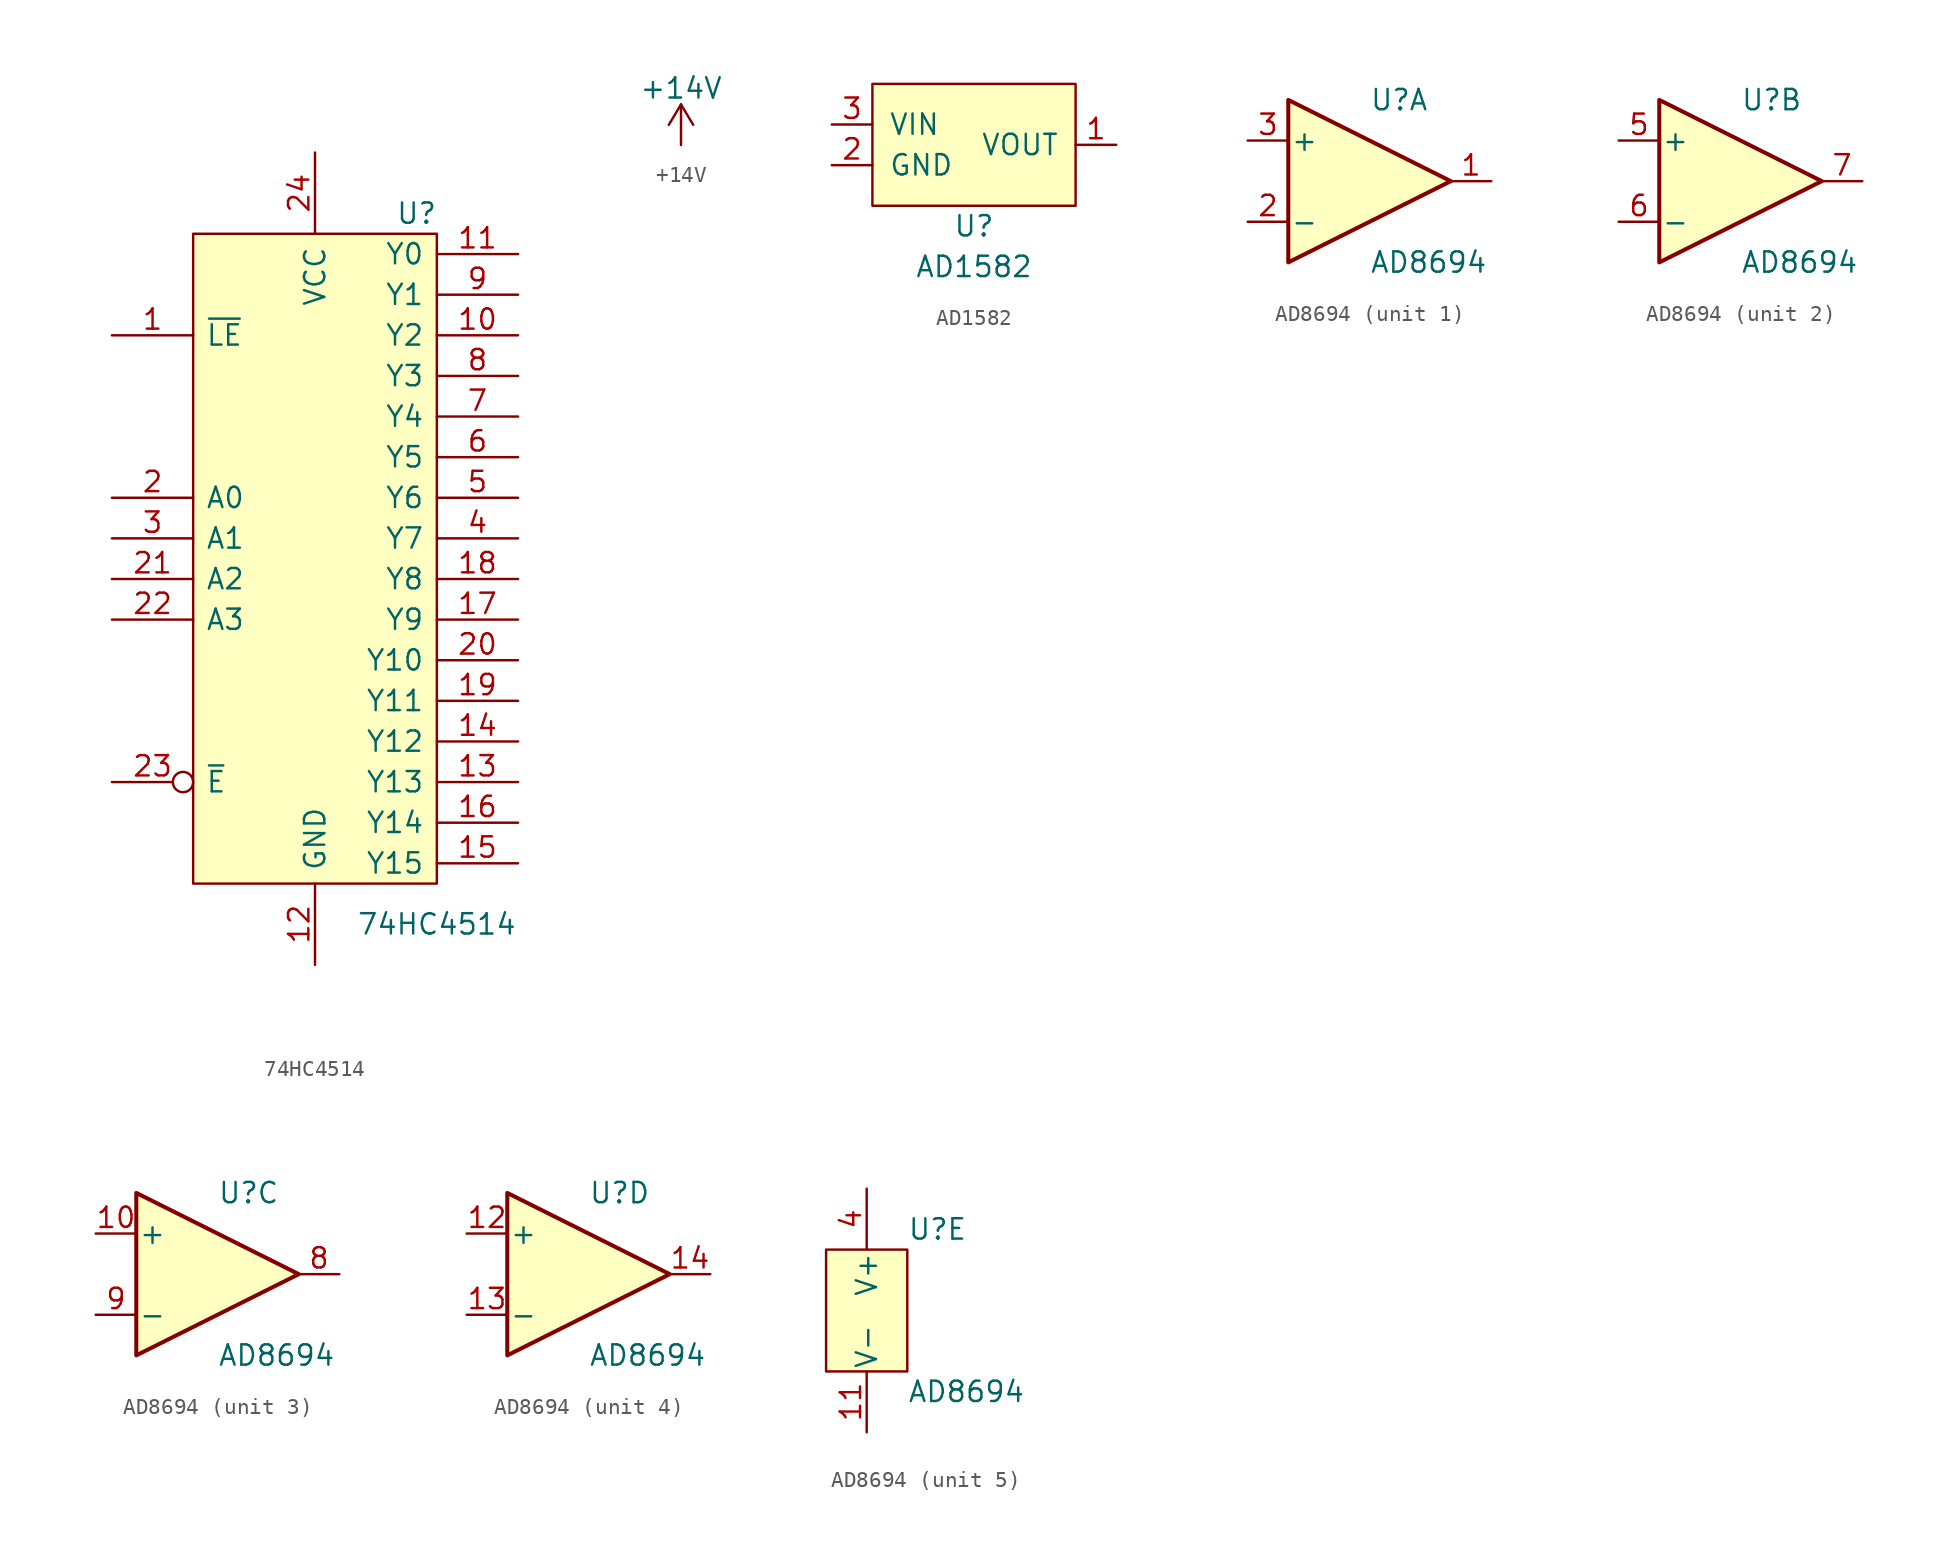
<source format=kicad_sym>
(kicad_symbol_lib
  (version 20211014)
  (generator kicad_symbol_editor)
  (symbol "74HC4514"
    (pin_names
      (offset 0.762))
    (property "Reference" "U"
      (at 6.35 21.59 0)
      (effects (font (size 1.27 1.27))))
    (property "Value" "74HC4514"
      (at 7.62 -22.86 0)
      (effects (font (size 1.27 1.27))))
    (symbol "74HC4514_0_1"
      (rectangle (start 7.62 20.32) (end -7.62 -20.32) (stroke (width 0) (type default) (color 0 0 0 0)) (fill (type background))))
    (symbol "74HC4514_1_1"
      (pin input line (at -12.7 13.97 0) (length 5.08) (name "~{LE}" (effects (font (size 1.27 1.27)))) (number "1" (effects (font (size 1.27 1.27)))))
      (pin output line (at 12.7 13.97 180) (length 5.08) (name "Y2" (effects (font (size 1.27 1.27)))) (number "10" (effects (font (size 1.27 1.27)))))
      (pin output line (at 12.7 19.05 180) (length 5.08) (name "Y0" (effects (font (size 1.27 1.27)))) (number "11" (effects (font (size 1.27 1.27)))))
      (pin power_in line (at 0 -25.4 90) (length 5.08) (name "GND" (effects (font (size 1.27 1.27)))) (number "12" (effects (font (size 1.27 1.27)))))
      (pin output line (at 12.7 -13.97 180) (length 5.08) (name "Y13" (effects (font (size 1.27 1.27)))) (number "13" (effects (font (size 1.27 1.27)))))
      (pin output line (at 12.7 -11.43 180) (length 5.08) (name "Y12" (effects (font (size 1.27 1.27)))) (number "14" (effects (font (size 1.27 1.27)))))
      (pin output line (at 12.7 -19.05 180) (length 5.08) (name "Y15" (effects (font (size 1.27 1.27)))) (number "15" (effects (font (size 1.27 1.27)))))
      (pin output line (at 12.7 -16.51 180) (length 5.08) (name "Y14" (effects (font (size 1.27 1.27)))) (number "16" (effects (font (size 1.27 1.27)))))
      (pin output line (at 12.7 -3.81 180) (length 5.08) (name "Y9" (effects (font (size 1.27 1.27)))) (number "17" (effects (font (size 1.27 1.27)))))
      (pin output line (at 12.7 -1.27 180) (length 5.08) (name "Y8" (effects (font (size 1.27 1.27)))) (number "18" (effects (font (size 1.27 1.27)))))
      (pin output line (at 12.7 -8.89 180) (length 5.08) (name "Y11" (effects (font (size 1.27 1.27)))) (number "19" (effects (font (size 1.27 1.27)))))
      (pin input line (at -12.7 3.81 0) (length 5.08) (name "A0" (effects (font (size 1.27 1.27)))) (number "2" (effects (font (size 1.27 1.27)))))
      (pin output line (at 12.7 -6.35 180) (length 5.08) (name "Y10" (effects (font (size 1.27 1.27)))) (number "20" (effects (font (size 1.27 1.27)))))
      (pin input line (at -12.7 -1.27 0) (length 5.08) (name "A2" (effects (font (size 1.27 1.27)))) (number "21" (effects (font (size 1.27 1.27)))))
      (pin input line (at -12.7 -3.81 0) (length 5.08) (name "A3" (effects (font (size 1.27 1.27)))) (number "22" (effects (font (size 1.27 1.27)))))
      (pin input inverted (at -12.7 -13.97 0) (length 5.08) (name "~{E}" (effects (font (size 1.27 1.27)))) (number "23" (effects (font (size 1.27 1.27)))))
      (pin power_in line (at 0 25.4 270) (length 5.08) (name "VCC" (effects (font (size 1.27 1.27)))) (number "24" (effects (font (size 1.27 1.27)))))
      (pin input line (at -12.7 1.27 0) (length 5.08) (name "A1" (effects (font (size 1.27 1.27)))) (number "3" (effects (font (size 1.27 1.27)))))
      (pin output line (at 12.7 1.27 180) (length 5.08) (name "Y7" (effects (font (size 1.27 1.27)))) (number "4" (effects (font (size 1.27 1.27)))))
      (pin output line (at 12.7 3.81 180) (length 5.08) (name "Y6" (effects (font (size 1.27 1.27)))) (number "5" (effects (font (size 1.27 1.27)))))
      (pin output line (at 12.7 6.35 180) (length 5.08) (name "Y5" (effects (font (size 1.27 1.27)))) (number "6" (effects (font (size 1.27 1.27)))))
      (pin output line (at 12.7 8.89 180) (length 5.08) (name "Y4" (effects (font (size 1.27 1.27)))) (number "7" (effects (font (size 1.27 1.27)))))
      (pin output line (at 12.7 11.43 180) (length 5.08) (name "Y3" (effects (font (size 1.27 1.27)))) (number "8" (effects (font (size 1.27 1.27)))))
      (pin output line (at 12.7 16.51 180) (length 5.08) (name "Y1" (effects (font (size 1.27 1.27)))) (number "9" (effects (font (size 1.27 1.27)))))))
  (symbol "+14V"
    (power)
    (pin_names
      (offset 0))
    (property "Reference" "#PWR"
      (at 0 -3.81 0)
      (effects (font (size 1.27 1.27)) hide))
    (property "Value" "+14V"
      (at 0 3.556 0)
      (effects (font (size 1.27 1.27))))
    (symbol "+14V_0_1"
      (polyline (pts (xy -0.762 1.27) (xy 0 2.54)) (stroke (width 0) (type default) (color 0 0 0 0)) (fill (type none)))
      (polyline (pts (xy 0 0) (xy 0 2.54)) (stroke (width 0) (type default) (color 0 0 0 0)) (fill (type none)))
      (polyline (pts (xy 0 2.54) (xy 0.762 1.27)) (stroke (width 0) (type default) (color 0 0 0 0)) (fill (type none))))
    (symbol "+14V_1_1"
      (pin power_in line (at 0 0 90) (length 0) hide (name "+14V" (effects (font (size 1.27 1.27)))) (number "1" (effects (font (size 1.27 1.27)))))))
  (symbol "AD1582"
    (pin_names
      (offset 1.016))
    (property "Reference" "U"
      (at 0 -3.81 0)
      (effects (font (size 1.27 1.27))))
    (property "Value" "AD1582"
      (at 0 -6.35 0)
      (effects (font (size 1.27 1.27))))
    (symbol "AD1582_0_1"
      (rectangle (start -6.35 5.08) (end 6.35 -2.54) (stroke (width 0) (type default) (color 0 0 0 0)) (fill (type background))))
    (symbol "AD1582_1_1"
      (pin power_out line (at 8.89 1.27 180) (length 2.54) (name "VOUT" (effects (font (size 1.27 1.27)))) (number "1" (effects (font (size 1.27 1.27)))))
      (pin power_in line (at -8.89 0 0) (length 2.54) (name "GND" (effects (font (size 1.27 1.27)))) (number "2" (effects (font (size 1.27 1.27)))))
      (pin power_in line (at -8.89 2.54 0) (length 2.54) (name "VIN" (effects (font (size 1.27 1.27)))) (number "3" (effects (font (size 1.27 1.27)))))))
  (symbol "AD8694"
    (pin_names
      (offset 0.127))
    (property "Reference" "U"
      (at 0 5.08 0)
      (effects (font (size 1.27 1.27)) (justify left)))
    (property "Value" "AD8694"
      (at 0 -5.08 0)
      (effects (font (size 1.27 1.27)) (justify left)))
    (property "ki_locked" ""
      (at 0 0 0)
      (effects (font (size 1.27 1.27))))
    (symbol "AD8694_1_1"
      (polyline (pts (xy -5.08 5.08) (xy 5.08 0) (xy -5.08 -5.08) (xy -5.08 5.08)) (stroke (width 0.254) (type default) (color 0 0 0 0)) (fill (type background)))
      (pin output line (at 7.62 0 180) (length 2.54) (name "~" (effects (font (size 1.27 1.27)))) (number "1" (effects (font (size 1.27 1.27)))))
      (pin input line (at -7.62 -2.54 0) (length 2.54) (name "-" (effects (font (size 1.27 1.27)))) (number "2" (effects (font (size 1.27 1.27)))))
      (pin input line (at -7.62 2.54 0) (length 2.54) (name "+" (effects (font (size 1.27 1.27)))) (number "3" (effects (font (size 1.27 1.27))))))
    (symbol "AD8694_2_1"
      (polyline (pts (xy -5.08 5.08) (xy 5.08 0) (xy -5.08 -5.08) (xy -5.08 5.08)) (stroke (width 0.254) (type default) (color 0 0 0 0)) (fill (type background)))
      (pin input line (at -7.62 2.54 0) (length 2.54) (name "+" (effects (font (size 1.27 1.27)))) (number "5" (effects (font (size 1.27 1.27)))))
      (pin input line (at -7.62 -2.54 0) (length 2.54) (name "-" (effects (font (size 1.27 1.27)))) (number "6" (effects (font (size 1.27 1.27)))))
      (pin output line (at 7.62 0 180) (length 2.54) (name "~" (effects (font (size 1.27 1.27)))) (number "7" (effects (font (size 1.27 1.27))))))
    (symbol "AD8694_3_1"
      (polyline (pts (xy -5.08 5.08) (xy 5.08 0) (xy -5.08 -5.08) (xy -5.08 5.08)) (stroke (width 0.254) (type default) (color 0 0 0 0)) (fill (type background)))
      (pin input line (at -7.62 2.54 0) (length 2.54) (name "+" (effects (font (size 1.27 1.27)))) (number "10" (effects (font (size 1.27 1.27)))))
      (pin output line (at 7.62 0 180) (length 2.54) (name "~" (effects (font (size 1.27 1.27)))) (number "8" (effects (font (size 1.27 1.27)))))
      (pin input line (at -7.62 -2.54 0) (length 2.54) (name "-" (effects (font (size 1.27 1.27)))) (number "9" (effects (font (size 1.27 1.27))))))
    (symbol "AD8694_4_1"
      (polyline (pts (xy -5.08 5.08) (xy 5.08 0) (xy -5.08 -5.08) (xy -5.08 5.08)) (stroke (width 0.254) (type default) (color 0 0 0 0)) (fill (type background)))
      (pin input line (at -7.62 2.54 0) (length 2.54) (name "+" (effects (font (size 1.27 1.27)))) (number "12" (effects (font (size 1.27 1.27)))))
      (pin input line (at -7.62 -2.54 0) (length 2.54) (name "-" (effects (font (size 1.27 1.27)))) (number "13" (effects (font (size 1.27 1.27)))))
      (pin output line (at 7.62 0 180) (length 2.54) (name "~" (effects (font (size 1.27 1.27)))) (number "14" (effects (font (size 1.27 1.27))))))
    (symbol "AD8694_5_1"
      (rectangle (start -5.08 3.81) (end 0 -3.81) (stroke (width 0) (type default) (color 0 0 0 0)) (fill (type background)))
      (pin power_in line (at -2.54 -7.62 90) (length 3.81) (name "V-" (effects (font (size 1.27 1.27)))) (number "11" (effects (font (size 1.27 1.27)))))
      (pin power_in line (at -2.54 7.62 270) (length 3.81) (name "V+" (effects (font (size 1.27 1.27)))) (number "4" (effects (font (size 1.27 1.27))))))))
</source>
